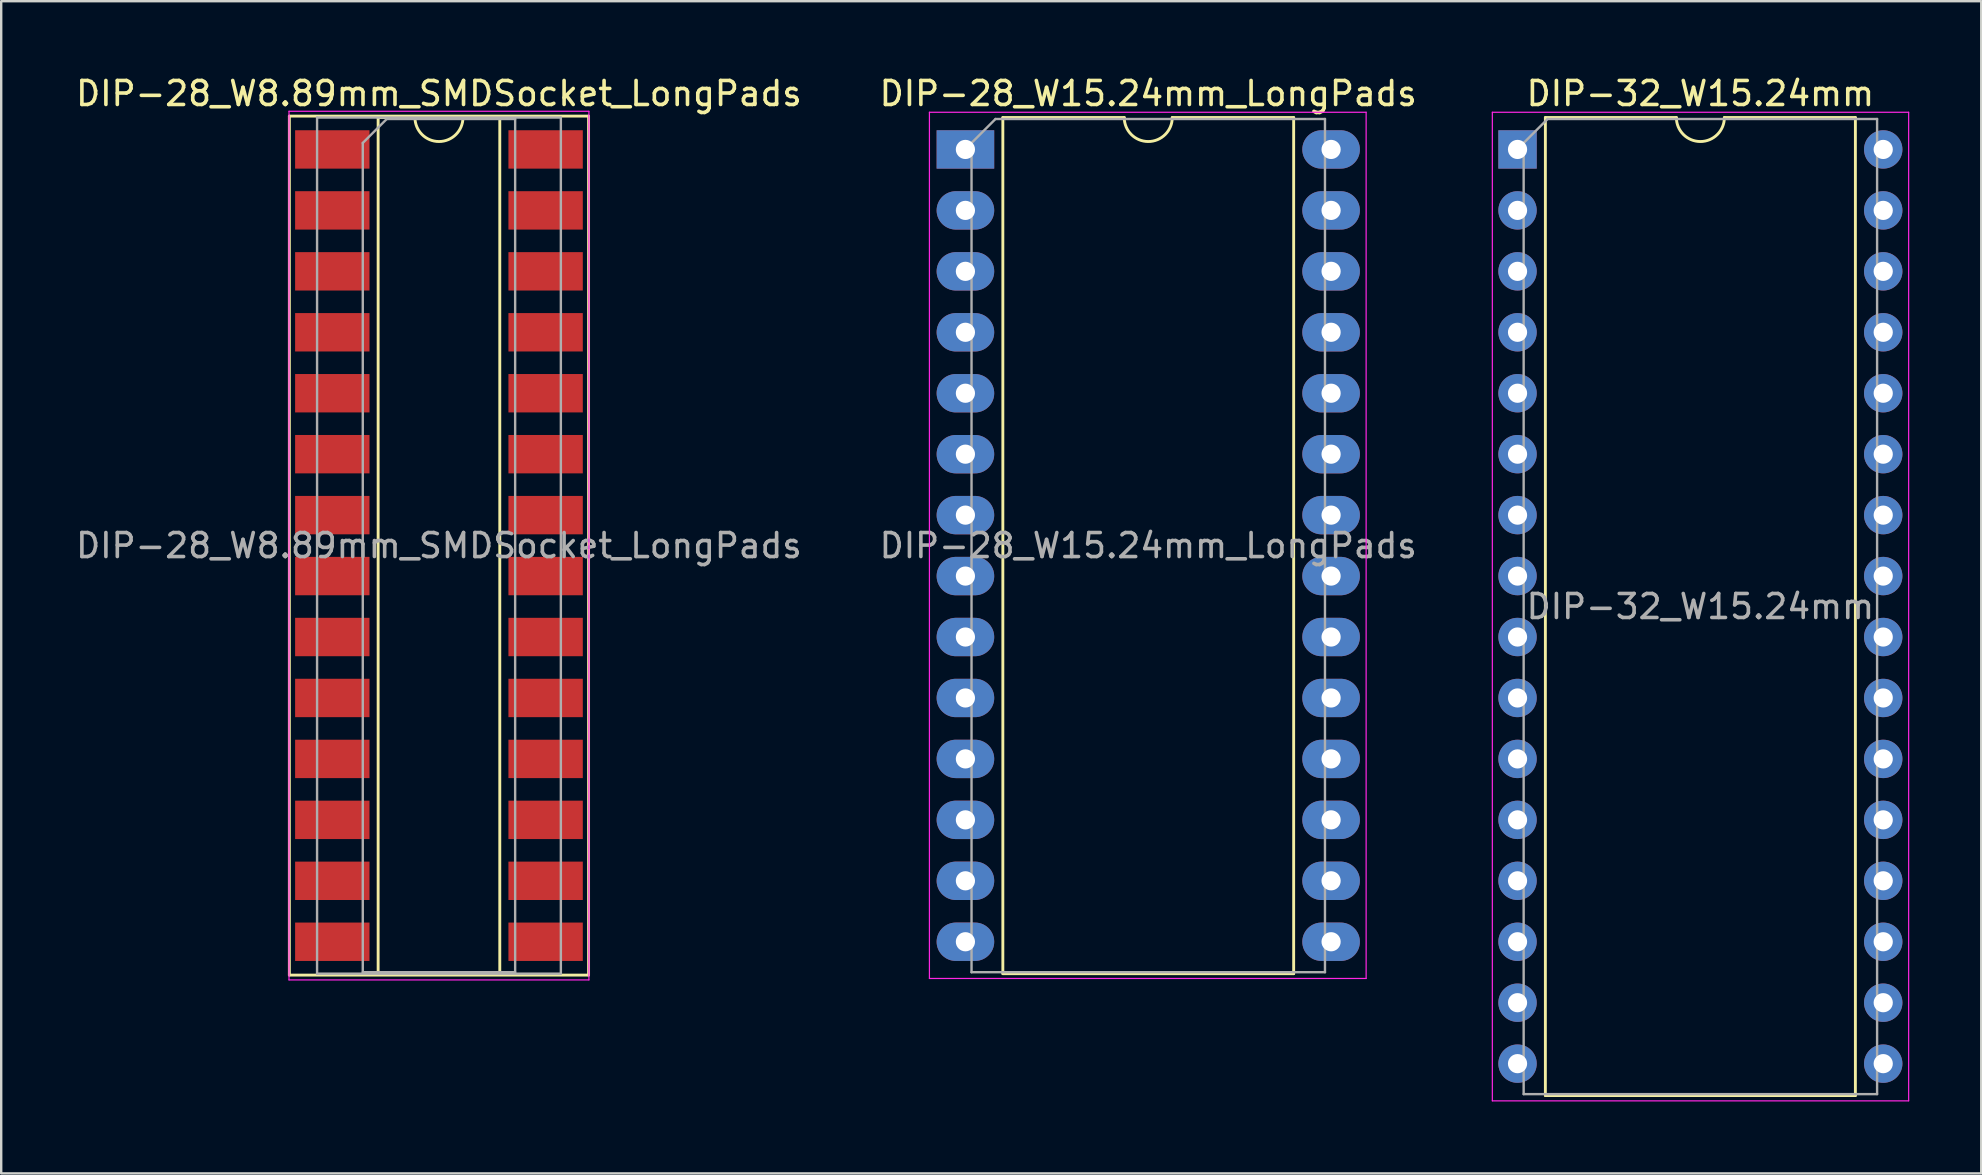
<source format=kicad_pcb>
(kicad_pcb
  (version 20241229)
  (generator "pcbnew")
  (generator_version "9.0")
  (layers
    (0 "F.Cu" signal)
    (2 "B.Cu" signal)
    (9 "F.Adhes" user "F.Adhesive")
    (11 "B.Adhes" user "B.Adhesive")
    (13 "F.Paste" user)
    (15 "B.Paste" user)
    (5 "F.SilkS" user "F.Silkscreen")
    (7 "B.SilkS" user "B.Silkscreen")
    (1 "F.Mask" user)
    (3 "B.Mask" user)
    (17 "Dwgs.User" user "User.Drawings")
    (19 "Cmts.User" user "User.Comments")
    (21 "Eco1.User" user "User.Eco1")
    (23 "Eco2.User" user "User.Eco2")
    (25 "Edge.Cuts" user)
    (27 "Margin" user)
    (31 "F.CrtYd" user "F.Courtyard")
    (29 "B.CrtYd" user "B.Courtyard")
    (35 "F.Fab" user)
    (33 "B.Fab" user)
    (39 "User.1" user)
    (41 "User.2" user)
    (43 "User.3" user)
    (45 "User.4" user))
  (footprint "DIP-28_W8.89mm_SMDSocket_LongPads"
    (layer "F.Cu")
    (at 15.244 19.688)
    (property "Reference" "DIP-28_W8.89mm_SMDSocket_LongPads" (at 0 -18.84 0) (layer "F.SilkS") (effects (font (size 1 1) (thickness 0.15))))
    (attr smd)
    (fp_line (start -6.235 -17.9) (end -6.235 17.9) (stroke (width 0.12) (type solid)) (layer "F.SilkS"))
    (fp_line (start -6.235 17.9) (end 6.235 17.9) (stroke (width 0.12) (type solid)) (layer "F.SilkS"))
    (fp_line (start -2.535 -17.84) (end -2.535 17.84) (stroke (width 0.12) (type solid)) (layer "F.SilkS"))
    (fp_line (start -2.535 17.84) (end 2.535 17.84) (stroke (width 0.12) (type solid)) (layer "F.SilkS"))
    (fp_line (start -1 -17.84) (end -2.535 -17.84) (stroke (width 0.12) (type solid)) (layer "F.SilkS"))
    (fp_line (start 2.535 -17.84) (end 1 -17.84) (stroke (width 0.12) (type solid)) (layer "F.SilkS"))
    (fp_line (start 2.535 17.84) (end 2.535 -17.84) (stroke (width 0.12) (type solid)) (layer "F.SilkS"))
    (fp_line (start 6.235 -17.9) (end -6.235 -17.9) (stroke (width 0.12) (type solid)) (layer "F.SilkS"))
    (fp_line (start 6.235 17.9) (end 6.235 -17.9) (stroke (width 0.12) (type solid)) (layer "F.SilkS"))
    (fp_arc (start 1 -17.84) (mid 0 -16.84) (end -1 -17.84) (stroke (width 0.12) (type solid)) (layer "F.SilkS"))
    (fp_line (start -6.25 -18.1) (end -6.25 18.1) (stroke (width 0.05) (type solid)) (layer "F.CrtYd"))
    (fp_line (start -6.25 18.1) (end 6.25 18.1) (stroke (width 0.05) (type solid)) (layer "F.CrtYd"))
    (fp_line (start 6.25 -18.1) (end -6.25 -18.1) (stroke (width 0.05) (type solid)) (layer "F.CrtYd"))
    (fp_line (start 6.25 18.1) (end 6.25 -18.1) (stroke (width 0.05) (type solid)) (layer "F.CrtYd"))
    (fp_line (start -5.08 -17.84) (end -5.08 17.84) (stroke (width 0.1) (type solid)) (layer "F.Fab"))
    (fp_line (start -5.08 17.84) (end 5.08 17.84) (stroke (width 0.1) (type solid)) (layer "F.Fab"))
    (fp_line (start -3.175 -16.78) (end -2.175 -17.78) (stroke (width 0.1) (type solid)) (layer "F.Fab"))
    (fp_line (start -3.175 17.78) (end -3.175 -16.78) (stroke (width 0.1) (type solid)) (layer "F.Fab"))
    (fp_line (start -2.175 -17.78) (end 3.175 -17.78) (stroke (width 0.1) (type solid)) (layer "F.Fab"))
    (fp_line (start 3.175 -17.78) (end 3.175 17.78) (stroke (width 0.1) (type solid)) (layer "F.Fab"))
    (fp_line (start 3.175 17.78) (end -3.175 17.78) (stroke (width 0.1) (type solid)) (layer "F.Fab"))
    (fp_line (start 5.08 -17.84) (end -5.08 -17.84) (stroke (width 0.1) (type solid)) (layer "F.Fab"))
    (fp_line (start 5.08 17.84) (end 5.08 -17.84) (stroke (width 0.1) (type solid)) (layer "F.Fab"))
    (fp_text user "${REFERENCE}" (at 0 0 0) (layer "F.Fab") (effects (font (size 1 1) (thickness 0.15))))
    (pad "1" smd rect (at -4.445 -16.51) (size 3.1 1.6) (layers "F.Cu" "F.Mask" "F.Paste"))
    (pad "2" smd rect (at -4.445 -13.97) (size 3.1 1.6) (layers "F.Cu" "F.Mask" "F.Paste"))
    (pad "3" smd rect (at -4.445 -11.43) (size 3.1 1.6) (layers "F.Cu" "F.Mask" "F.Paste"))
    (pad "4" smd rect (at -4.445 -8.89) (size 3.1 1.6) (layers "F.Cu" "F.Mask" "F.Paste"))
    (pad "5" smd rect (at -4.445 -6.35) (size 3.1 1.6) (layers "F.Cu" "F.Mask" "F.Paste"))
    (pad "6" smd rect (at -4.445 -3.81) (size 3.1 1.6) (layers "F.Cu" "F.Mask" "F.Paste"))
    (pad "7" smd rect (at -4.445 -1.27) (size 3.1 1.6) (layers "F.Cu" "F.Mask" "F.Paste"))
    (pad "8" smd rect (at -4.445 1.27) (size 3.1 1.6) (layers "F.Cu" "F.Mask" "F.Paste"))
    (pad "9" smd rect (at -4.445 3.81) (size 3.1 1.6) (layers "F.Cu" "F.Mask" "F.Paste"))
    (pad "10" smd rect (at -4.445 6.35) (size 3.1 1.6) (layers "F.Cu" "F.Mask" "F.Paste"))
    (pad "11" smd rect (at -4.445 8.89) (size 3.1 1.6) (layers "F.Cu" "F.Mask" "F.Paste"))
    (pad "12" smd rect (at -4.445 11.43) (size 3.1 1.6) (layers "F.Cu" "F.Mask" "F.Paste"))
    (pad "13" smd rect (at -4.445 13.97) (size 3.1 1.6) (layers "F.Cu" "F.Mask" "F.Paste"))
    (pad "14" smd rect (at -4.445 16.51) (size 3.1 1.6) (layers "F.Cu" "F.Mask" "F.Paste"))
    (pad "15" smd rect (at 4.445 16.51) (size 3.1 1.6) (layers "F.Cu" "F.Mask" "F.Paste"))
    (pad "16" smd rect (at 4.445 13.97) (size 3.1 1.6) (layers "F.Cu" "F.Mask" "F.Paste"))
    (pad "17" smd rect (at 4.445 11.43) (size 3.1 1.6) (layers "F.Cu" "F.Mask" "F.Paste"))
    (pad "18" smd rect (at 4.445 8.89) (size 3.1 1.6) (layers "F.Cu" "F.Mask" "F.Paste"))
    (pad "19" smd rect (at 4.445 6.35) (size 3.1 1.6) (layers "F.Cu" "F.Mask" "F.Paste"))
    (pad "20" smd rect (at 4.445 3.81) (size 3.1 1.6) (layers "F.Cu" "F.Mask" "F.Paste"))
    (pad "21" smd rect (at 4.445 1.27) (size 3.1 1.6) (layers "F.Cu" "F.Mask" "F.Paste"))
    (pad "22" smd rect (at 4.445 -1.27) (size 3.1 1.6) (layers "F.Cu" "F.Mask" "F.Paste"))
    (pad "23" smd rect (at 4.445 -3.81) (size 3.1 1.6) (layers "F.Cu" "F.Mask" "F.Paste"))
    (pad "24" smd rect (at 4.445 -6.35) (size 3.1 1.6) (layers "F.Cu" "F.Mask" "F.Paste"))
    (pad "25" smd rect (at 4.445 -8.89) (size 3.1 1.6) (layers "F.Cu" "F.Mask" "F.Paste"))
    (pad "26" smd rect (at 4.445 -11.43) (size 3.1 1.6) (layers "F.Cu" "F.Mask" "F.Paste"))
    (pad "27" smd rect (at 4.445 -13.97) (size 3.1 1.6) (layers "F.Cu" "F.Mask" "F.Paste"))
    (pad "28" smd rect (at 4.445 -16.51) (size 3.1 1.6) (layers "F.Cu" "F.Mask" "F.Paste")))
  (footprint "DIP-32_W15.24mm"
    (layer "F.Cu")
    (at 60.194 3.178)
    (property "Reference" "DIP-32_W15.24mm" (at 7.62 -2.33 0) (layer "F.SilkS") (effects (font (size 1 1) (thickness 0.15))))
    (attr through_hole)
    (fp_line (start 1.16 -1.33) (end 1.16 39.43) (stroke (width 0.12) (type solid)) (layer "F.SilkS"))
    (fp_line (start 1.16 39.43) (end 14.08 39.43) (stroke (width 0.12) (type solid)) (layer "F.SilkS"))
    (fp_line (start 6.62 -1.33) (end 1.16 -1.33) (stroke (width 0.12) (type solid)) (layer "F.SilkS"))
    (fp_line (start 14.08 -1.33) (end 8.62 -1.33) (stroke (width 0.12) (type solid)) (layer "F.SilkS"))
    (fp_line (start 14.08 39.43) (end 14.08 -1.33) (stroke (width 0.12) (type solid)) (layer "F.SilkS"))
    (fp_arc (start 8.62 -1.33) (mid 7.62 -0.33) (end 6.62 -1.33) (stroke (width 0.12) (type solid)) (layer "F.SilkS"))
    (fp_line (start -1.05 -1.55) (end -1.05 39.65) (stroke (width 0.05) (type solid)) (layer "F.CrtYd"))
    (fp_line (start -1.05 39.65) (end 16.3 39.65) (stroke (width 0.05) (type solid)) (layer "F.CrtYd"))
    (fp_line (start 16.3 -1.55) (end -1.05 -1.55) (stroke (width 0.05) (type solid)) (layer "F.CrtYd"))
    (fp_line (start 16.3 39.65) (end 16.3 -1.55) (stroke (width 0.05) (type solid)) (layer "F.CrtYd"))
    (fp_line (start 0.255 -0.27) (end 1.255 -1.27) (stroke (width 0.1) (type solid)) (layer "F.Fab"))
    (fp_line (start 0.255 39.37) (end 0.255 -0.27) (stroke (width 0.1) (type solid)) (layer "F.Fab"))
    (fp_line (start 1.255 -1.27) (end 14.985 -1.27) (stroke (width 0.1) (type solid)) (layer "F.Fab"))
    (fp_line (start 14.985 -1.27) (end 14.985 39.37) (stroke (width 0.1) (type solid)) (layer "F.Fab"))
    (fp_line (start 14.985 39.37) (end 0.255 39.37) (stroke (width 0.1) (type solid)) (layer "F.Fab"))
    (fp_text user "${REFERENCE}" (at 7.62 19.05 0) (layer "F.Fab") (effects (font (size 1 1) (thickness 0.15))))
    (pad "1" thru_hole rect (at 0 0) (size 1.6 1.6) (drill 0.8) (layers "*.Cu" "*.Mask"))
    (pad "2" thru_hole oval (at 0 2.54) (size 1.6 1.6) (drill 0.8) (layers "*.Cu" "*.Mask"))
    (pad "3" thru_hole oval (at 0 5.08) (size 1.6 1.6) (drill 0.8) (layers "*.Cu" "*.Mask"))
    (pad "4" thru_hole oval (at 0 7.62) (size 1.6 1.6) (drill 0.8) (layers "*.Cu" "*.Mask"))
    (pad "5" thru_hole oval (at 0 10.16) (size 1.6 1.6) (drill 0.8) (layers "*.Cu" "*.Mask"))
    (pad "6" thru_hole oval (at 0 12.7) (size 1.6 1.6) (drill 0.8) (layers "*.Cu" "*.Mask"))
    (pad "7" thru_hole oval (at 0 15.24) (size 1.6 1.6) (drill 0.8) (layers "*.Cu" "*.Mask"))
    (pad "8" thru_hole oval (at 0 17.78) (size 1.6 1.6) (drill 0.8) (layers "*.Cu" "*.Mask"))
    (pad "9" thru_hole oval (at 0 20.32) (size 1.6 1.6) (drill 0.8) (layers "*.Cu" "*.Mask"))
    (pad "10" thru_hole oval (at 0 22.86) (size 1.6 1.6) (drill 0.8) (layers "*.Cu" "*.Mask"))
    (pad "11" thru_hole oval (at 0 25.4) (size 1.6 1.6) (drill 0.8) (layers "*.Cu" "*.Mask"))
    (pad "12" thru_hole oval (at 0 27.94) (size 1.6 1.6) (drill 0.8) (layers "*.Cu" "*.Mask"))
    (pad "13" thru_hole oval (at 0 30.48) (size 1.6 1.6) (drill 0.8) (layers "*.Cu" "*.Mask"))
    (pad "14" thru_hole oval (at 0 33.02) (size 1.6 1.6) (drill 0.8) (layers "*.Cu" "*.Mask"))
    (pad "15" thru_hole oval (at 0 35.56) (size 1.6 1.6) (drill 0.8) (layers "*.Cu" "*.Mask"))
    (pad "16" thru_hole oval (at 0 38.1) (size 1.6 1.6) (drill 0.8) (layers "*.Cu" "*.Mask"))
    (pad "17" thru_hole oval (at 15.24 38.1) (size 1.6 1.6) (drill 0.8) (layers "*.Cu" "*.Mask"))
    (pad "18" thru_hole oval (at 15.24 35.56) (size 1.6 1.6) (drill 0.8) (layers "*.Cu" "*.Mask"))
    (pad "19" thru_hole oval (at 15.24 33.02) (size 1.6 1.6) (drill 0.8) (layers "*.Cu" "*.Mask"))
    (pad "20" thru_hole oval (at 15.24 30.48) (size 1.6 1.6) (drill 0.8) (layers "*.Cu" "*.Mask"))
    (pad "21" thru_hole oval (at 15.24 27.94) (size 1.6 1.6) (drill 0.8) (layers "*.Cu" "*.Mask"))
    (pad "22" thru_hole oval (at 15.24 25.4) (size 1.6 1.6) (drill 0.8) (layers "*.Cu" "*.Mask"))
    (pad "23" thru_hole oval (at 15.24 22.86) (size 1.6 1.6) (drill 0.8) (layers "*.Cu" "*.Mask"))
    (pad "24" thru_hole oval (at 15.24 20.32) (size 1.6 1.6) (drill 0.8) (layers "*.Cu" "*.Mask"))
    (pad "25" thru_hole oval (at 15.24 17.78) (size 1.6 1.6) (drill 0.8) (layers "*.Cu" "*.Mask"))
    (pad "26" thru_hole oval (at 15.24 15.24) (size 1.6 1.6) (drill 0.8) (layers "*.Cu" "*.Mask"))
    (pad "27" thru_hole oval (at 15.24 12.7) (size 1.6 1.6) (drill 0.8) (layers "*.Cu" "*.Mask"))
    (pad "28" thru_hole oval (at 15.24 10.16) (size 1.6 1.6) (drill 0.8) (layers "*.Cu" "*.Mask"))
    (pad "29" thru_hole oval (at 15.24 7.62) (size 1.6 1.6) (drill 0.8) (layers "*.Cu" "*.Mask"))
    (pad "30" thru_hole oval (at 15.24 5.08) (size 1.6 1.6) (drill 0.8) (layers "*.Cu" "*.Mask"))
    (pad "31" thru_hole oval (at 15.24 2.54) (size 1.6 1.6) (drill 0.8) (layers "*.Cu" "*.Mask"))
    (pad "32" thru_hole oval (at 15.24 0) (size 1.6 1.6) (drill 0.8) (layers "*.Cu" "*.Mask")))
  (footprint "DIP-28_W15.24mm_LongPads"
    (layer "F.Cu")
    (at 37.184 3.178)
    (property "Reference" "DIP-28_W15.24mm_LongPads" (at 7.62 -2.33 0) (layer "F.SilkS") (effects (font (size 1 1) (thickness 0.15))))
    (attr through_hole)
    (fp_line (start 1.56 -1.33) (end 1.56 34.35) (stroke (width 0.12) (type solid)) (layer "F.SilkS"))
    (fp_line (start 1.56 34.35) (end 13.68 34.35) (stroke (width 0.12) (type solid)) (layer "F.SilkS"))
    (fp_line (start 6.62 -1.33) (end 1.56 -1.33) (stroke (width 0.12) (type solid)) (layer "F.SilkS"))
    (fp_line (start 13.68 -1.33) (end 8.62 -1.33) (stroke (width 0.12) (type solid)) (layer "F.SilkS"))
    (fp_line (start 13.68 34.35) (end 13.68 -1.33) (stroke (width 0.12) (type solid)) (layer "F.SilkS"))
    (fp_arc (start 8.62 -1.33) (mid 7.62 -0.33) (end 6.62 -1.33) (stroke (width 0.12) (type solid)) (layer "F.SilkS"))
    (fp_line (start -1.5 -1.55) (end -1.5 34.55) (stroke (width 0.05) (type solid)) (layer "F.CrtYd"))
    (fp_line (start -1.5 34.55) (end 16.7 34.55) (stroke (width 0.05) (type solid)) (layer "F.CrtYd"))
    (fp_line (start 16.7 -1.55) (end -1.5 -1.55) (stroke (width 0.05) (type solid)) (layer "F.CrtYd"))
    (fp_line (start 16.7 34.55) (end 16.7 -1.55) (stroke (width 0.05) (type solid)) (layer "F.CrtYd"))
    (fp_line (start 0.255 -0.27) (end 1.255 -1.27) (stroke (width 0.1) (type solid)) (layer "F.Fab"))
    (fp_line (start 0.255 34.29) (end 0.255 -0.27) (stroke (width 0.1) (type solid)) (layer "F.Fab"))
    (fp_line (start 1.255 -1.27) (end 14.985 -1.27) (stroke (width 0.1) (type solid)) (layer "F.Fab"))
    (fp_line (start 14.985 -1.27) (end 14.985 34.29) (stroke (width 0.1) (type solid)) (layer "F.Fab"))
    (fp_line (start 14.985 34.29) (end 0.255 34.29) (stroke (width 0.1) (type solid)) (layer "F.Fab"))
    (fp_text user "${REFERENCE}" (at 7.62 16.51 0) (layer "F.Fab") (effects (font (size 1 1) (thickness 0.15))))
    (pad "1" thru_hole rect (at 0 0) (size 2.4 1.6) (drill 0.8) (layers "*.Cu" "*.Mask"))
    (pad "2" thru_hole oval (at 0 2.54) (size 2.4 1.6) (drill 0.8) (layers "*.Cu" "*.Mask"))
    (pad "3" thru_hole oval (at 0 5.08) (size 2.4 1.6) (drill 0.8) (layers "*.Cu" "*.Mask"))
    (pad "4" thru_hole oval (at 0 7.62) (size 2.4 1.6) (drill 0.8) (layers "*.Cu" "*.Mask"))
    (pad "5" thru_hole oval (at 0 10.16) (size 2.4 1.6) (drill 0.8) (layers "*.Cu" "*.Mask"))
    (pad "6" thru_hole oval (at 0 12.7) (size 2.4 1.6) (drill 0.8) (layers "*.Cu" "*.Mask"))
    (pad "7" thru_hole oval (at 0 15.24) (size 2.4 1.6) (drill 0.8) (layers "*.Cu" "*.Mask"))
    (pad "8" thru_hole oval (at 0 17.78) (size 2.4 1.6) (drill 0.8) (layers "*.Cu" "*.Mask"))
    (pad "9" thru_hole oval (at 0 20.32) (size 2.4 1.6) (drill 0.8) (layers "*.Cu" "*.Mask"))
    (pad "10" thru_hole oval (at 0 22.86) (size 2.4 1.6) (drill 0.8) (layers "*.Cu" "*.Mask"))
    (pad "11" thru_hole oval (at 0 25.4) (size 2.4 1.6) (drill 0.8) (layers "*.Cu" "*.Mask"))
    (pad "12" thru_hole oval (at 0 27.94) (size 2.4 1.6) (drill 0.8) (layers "*.Cu" "*.Mask"))
    (pad "13" thru_hole oval (at 0 30.48) (size 2.4 1.6) (drill 0.8) (layers "*.Cu" "*.Mask"))
    (pad "14" thru_hole oval (at 0 33.02) (size 2.4 1.6) (drill 0.8) (layers "*.Cu" "*.Mask"))
    (pad "15" thru_hole oval (at 15.24 33.02) (size 2.4 1.6) (drill 0.8) (layers "*.Cu" "*.Mask"))
    (pad "16" thru_hole oval (at 15.24 30.48) (size 2.4 1.6) (drill 0.8) (layers "*.Cu" "*.Mask"))
    (pad "17" thru_hole oval (at 15.24 27.94) (size 2.4 1.6) (drill 0.8) (layers "*.Cu" "*.Mask"))
    (pad "18" thru_hole oval (at 15.24 25.4) (size 2.4 1.6) (drill 0.8) (layers "*.Cu" "*.Mask"))
    (pad "19" thru_hole oval (at 15.24 22.86) (size 2.4 1.6) (drill 0.8) (layers "*.Cu" "*.Mask"))
    (pad "20" thru_hole oval (at 15.24 20.32) (size 2.4 1.6) (drill 0.8) (layers "*.Cu" "*.Mask"))
    (pad "21" thru_hole oval (at 15.24 17.78) (size 2.4 1.6) (drill 0.8) (layers "*.Cu" "*.Mask"))
    (pad "22" thru_hole oval (at 15.24 15.24) (size 2.4 1.6) (drill 0.8) (layers "*.Cu" "*.Mask"))
    (pad "23" thru_hole oval (at 15.24 12.7) (size 2.4 1.6) (drill 0.8) (layers "*.Cu" "*.Mask"))
    (pad "24" thru_hole oval (at 15.24 10.16) (size 2.4 1.6) (drill 0.8) (layers "*.Cu" "*.Mask"))
    (pad "25" thru_hole oval (at 15.24 7.62) (size 2.4 1.6) (drill 0.8) (layers "*.Cu" "*.Mask"))
    (pad "26" thru_hole oval (at 15.24 5.08) (size 2.4 1.6) (drill 0.8) (layers "*.Cu" "*.Mask"))
    (pad "27" thru_hole oval (at 15.24 2.54) (size 2.4 1.6) (drill 0.8) (layers "*.Cu" "*.Mask"))
    (pad "28" thru_hole oval (at 15.24 0) (size 2.4 1.6) (drill 0.8) (layers "*.Cu" "*.Mask")))
  (gr_rect
    (start -3 -3)
    (end 79.519 45.853)
    (stroke (width 0.1) (type default))
    (fill no)
    (layer "Edge.Cuts")))
</source>
